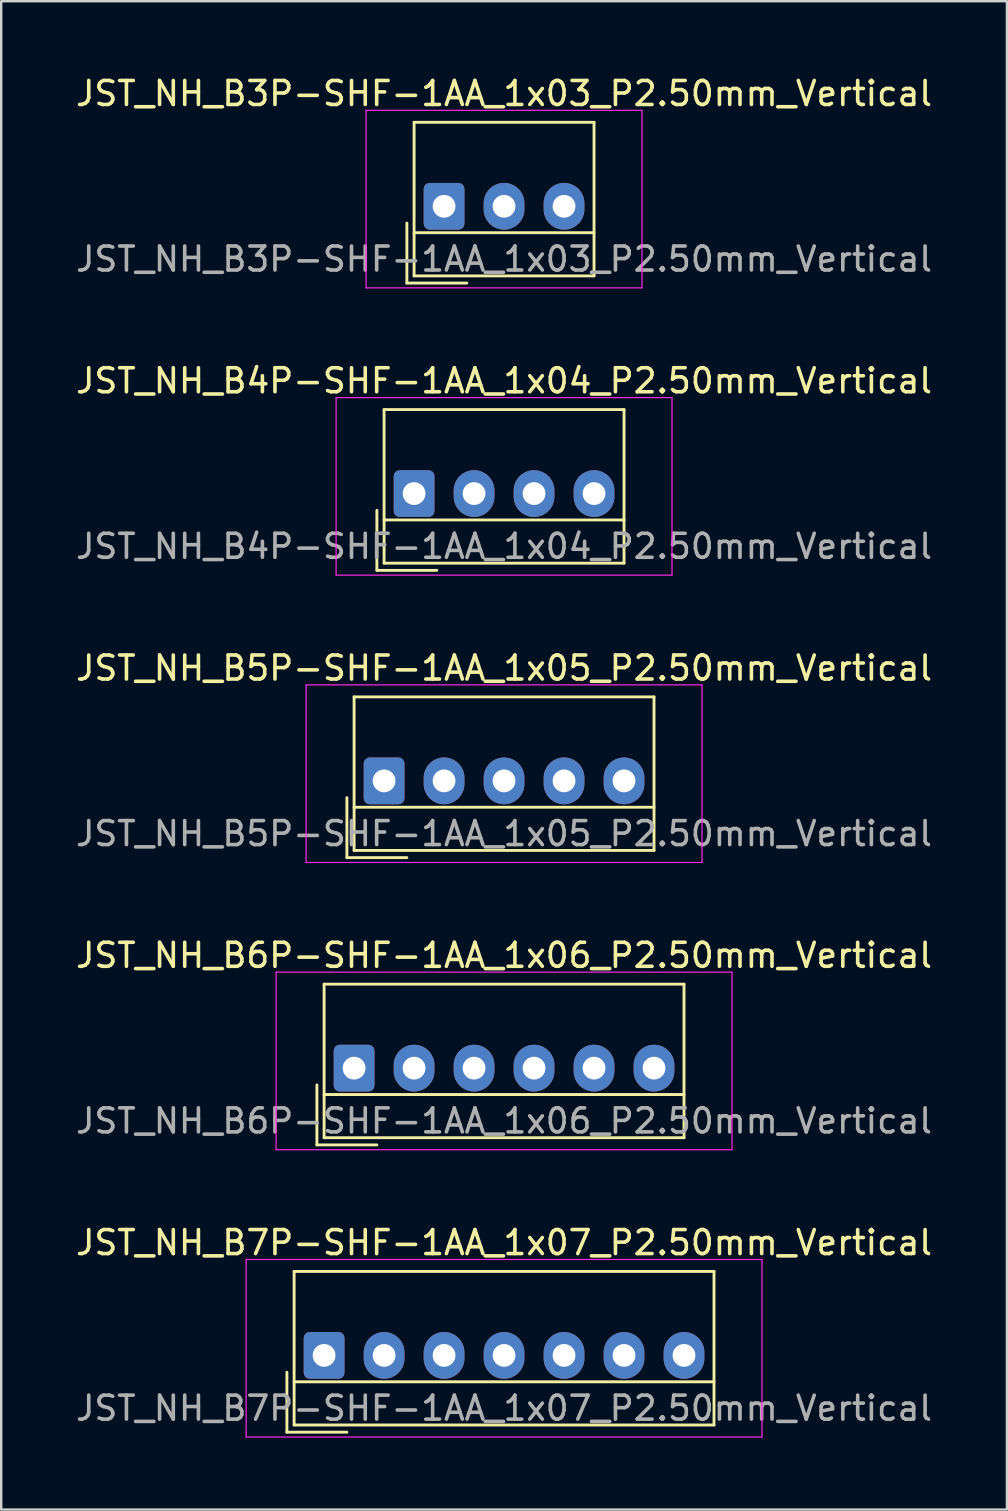
<source format=kicad_pcb>
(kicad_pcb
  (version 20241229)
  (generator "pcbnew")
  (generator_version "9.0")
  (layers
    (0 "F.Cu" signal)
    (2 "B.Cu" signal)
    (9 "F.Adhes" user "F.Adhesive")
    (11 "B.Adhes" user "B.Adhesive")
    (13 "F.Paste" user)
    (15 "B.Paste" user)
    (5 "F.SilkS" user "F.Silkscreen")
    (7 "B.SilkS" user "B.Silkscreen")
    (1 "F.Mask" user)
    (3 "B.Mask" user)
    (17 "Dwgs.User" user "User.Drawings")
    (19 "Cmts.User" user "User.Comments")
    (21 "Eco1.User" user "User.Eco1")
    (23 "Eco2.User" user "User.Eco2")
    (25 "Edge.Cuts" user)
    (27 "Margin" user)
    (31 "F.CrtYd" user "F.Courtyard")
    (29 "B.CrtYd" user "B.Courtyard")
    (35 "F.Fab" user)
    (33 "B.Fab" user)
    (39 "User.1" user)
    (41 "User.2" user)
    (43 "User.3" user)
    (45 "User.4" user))
  (footprint "JST_NH_B5P-SHF-1AA_1x05_P2.50mm_Vertical"
    (layer "F.Cu")
    (at 12.958 29.495)
    (property "Reference" "JST_NH_B5P-SHF-1AA_1x05_P2.50mm_Vertical" (at 5 -4.7 0) (layer "F.SilkS") (effects (font (size 1 1) (thickness 0.15))))
    (attr through_hole)
    (fp_line (start -1.55 0.7) (end -1.55 3.2) (stroke (width 0.12) (type solid)) (layer "F.SilkS"))
    (fp_line (start -1.55 3.2) (end 0.95 3.2) (stroke (width 0.12) (type solid)) (layer "F.SilkS"))
    (fp_line (start -1.25 -3.5) (end -1.25 2.9) (stroke (width 0.12) (type solid)) (layer "F.SilkS"))
    (fp_line (start -1.25 1.1) (end 11.25 1.1) (stroke (width 0.12) (type solid)) (layer "F.SilkS"))
    (fp_line (start -1.25 2.9) (end 11.25 2.9) (stroke (width 0.12) (type solid)) (layer "F.SilkS"))
    (fp_line (start 11.25 -3.5) (end -1.25 -3.5) (stroke (width 0.12) (type solid)) (layer "F.SilkS"))
    (fp_line (start 11.25 2.9) (end 11.25 -3.5) (stroke (width 0.12) (type solid)) (layer "F.SilkS"))
    (fp_line (start -3.25 -4) (end -3.25 3.4) (stroke (width 0.05) (type solid)) (layer "F.CrtYd"))
    (fp_line (start -3.25 3.4) (end 13.25 3.4) (stroke (width 0.05) (type solid)) (layer "F.CrtYd"))
    (fp_line (start 13.25 -4) (end -3.25 -4) (stroke (width 0.05) (type solid)) (layer "F.CrtYd"))
    (fp_line (start 13.25 3.4) (end 13.25 -4) (stroke (width 0.05) (type solid)) (layer "F.CrtYd"))
    (fp_text user "${REFERENCE}" (at 5 2.2 0) (layer "F.Fab") (effects (font (size 1 1) (thickness 0.15))))
    (pad "1" thru_hole roundrect (at 0 0) (size 1.7 1.95) (drill 0.95) (layers "*.Cu" "*.Mask") (roundrect_rratio 0.147))
    (pad "2" thru_hole oval (at 2.5 0) (size 1.7 1.95) (drill 0.95) (layers "*.Cu" "*.Mask"))
    (pad "3" thru_hole oval (at 5 0) (size 1.7 1.95) (drill 0.95) (layers "*.Cu" "*.Mask"))
    (pad "4" thru_hole oval (at 7.5 0) (size 1.7 1.95) (drill 0.95) (layers "*.Cu" "*.Mask"))
    (pad "5" thru_hole oval (at 10 0) (size 1.7 1.95) (drill 0.95) (layers "*.Cu" "*.Mask")))
  (footprint "JST_NH_B7P-SHF-1AA_1x07_P2.50mm_Vertical"
    (layer "F.Cu")
    (at 10.458 53.441)
    (property "Reference" "JST_NH_B7P-SHF-1AA_1x07_P2.50mm_Vertical" (at 7.5 -4.7 0) (layer "F.SilkS") (effects (font (size 1 1) (thickness 0.15))))
    (attr through_hole)
    (fp_line (start -1.55 0.7) (end -1.55 3.2) (stroke (width 0.12) (type solid)) (layer "F.SilkS"))
    (fp_line (start -1.55 3.2) (end 0.95 3.2) (stroke (width 0.12) (type solid)) (layer "F.SilkS"))
    (fp_line (start -1.25 -3.5) (end -1.25 2.9) (stroke (width 0.12) (type solid)) (layer "F.SilkS"))
    (fp_line (start -1.25 1.1) (end 16.25 1.1) (stroke (width 0.12) (type solid)) (layer "F.SilkS"))
    (fp_line (start -1.25 2.9) (end 16.25 2.9) (stroke (width 0.12) (type solid)) (layer "F.SilkS"))
    (fp_line (start 16.25 -3.5) (end -1.25 -3.5) (stroke (width 0.12) (type solid)) (layer "F.SilkS"))
    (fp_line (start 16.25 2.9) (end 16.25 -3.5) (stroke (width 0.12) (type solid)) (layer "F.SilkS"))
    (fp_line (start -3.25 -4) (end -3.25 3.4) (stroke (width 0.05) (type solid)) (layer "F.CrtYd"))
    (fp_line (start -3.25 3.4) (end 18.25 3.4) (stroke (width 0.05) (type solid)) (layer "F.CrtYd"))
    (fp_line (start 18.25 -4) (end -3.25 -4) (stroke (width 0.05) (type solid)) (layer "F.CrtYd"))
    (fp_line (start 18.25 3.4) (end 18.25 -4) (stroke (width 0.05) (type solid)) (layer "F.CrtYd"))
    (fp_text user "${REFERENCE}" (at 7.5 2.2 0) (layer "F.Fab") (effects (font (size 1 1) (thickness 0.15))))
    (pad "1" thru_hole roundrect (at 0 0) (size 1.7 1.95) (drill 0.95) (layers "*.Cu" "*.Mask") (roundrect_rratio 0.147))
    (pad "2" thru_hole oval (at 2.5 0) (size 1.7 1.95) (drill 0.95) (layers "*.Cu" "*.Mask"))
    (pad "3" thru_hole oval (at 5 0) (size 1.7 1.95) (drill 0.95) (layers "*.Cu" "*.Mask"))
    (pad "4" thru_hole oval (at 7.5 0) (size 1.7 1.95) (drill 0.95) (layers "*.Cu" "*.Mask"))
    (pad "5" thru_hole oval (at 10 0) (size 1.7 1.95) (drill 0.95) (layers "*.Cu" "*.Mask"))
    (pad "6" thru_hole oval (at 12.5 0) (size 1.7 1.95) (drill 0.95) (layers "*.Cu" "*.Mask"))
    (pad "7" thru_hole oval (at 15 0) (size 1.7 1.95) (drill 0.95) (layers "*.Cu" "*.Mask")))
  (footprint "JST_NH_B3P-SHF-1AA_1x03_P2.50mm_Vertical"
    (layer "F.Cu")
    (at 15.458 5.548)
    (property "Reference" "JST_NH_B3P-SHF-1AA_1x03_P2.50mm_Vertical" (at 2.5 -4.7 0) (layer "F.SilkS") (effects (font (size 1 1) (thickness 0.15))))
    (attr through_hole)
    (fp_line (start -1.55 0.7) (end -1.55 3.2) (stroke (width 0.12) (type solid)) (layer "F.SilkS"))
    (fp_line (start -1.55 3.2) (end 0.95 3.2) (stroke (width 0.12) (type solid)) (layer "F.SilkS"))
    (fp_line (start -1.25 -3.5) (end -1.25 2.9) (stroke (width 0.12) (type solid)) (layer "F.SilkS"))
    (fp_line (start -1.25 1.1) (end 6.25 1.1) (stroke (width 0.12) (type solid)) (layer "F.SilkS"))
    (fp_line (start -1.25 2.9) (end 6.25 2.9) (stroke (width 0.12) (type solid)) (layer "F.SilkS"))
    (fp_line (start 6.25 -3.5) (end -1.25 -3.5) (stroke (width 0.12) (type solid)) (layer "F.SilkS"))
    (fp_line (start 6.25 2.9) (end 6.25 -3.5) (stroke (width 0.12) (type solid)) (layer "F.SilkS"))
    (fp_line (start -3.25 -4) (end -3.25 3.4) (stroke (width 0.05) (type solid)) (layer "F.CrtYd"))
    (fp_line (start -3.25 3.4) (end 8.25 3.4) (stroke (width 0.05) (type solid)) (layer "F.CrtYd"))
    (fp_line (start 8.25 -4) (end -3.25 -4) (stroke (width 0.05) (type solid)) (layer "F.CrtYd"))
    (fp_line (start 8.25 3.4) (end 8.25 -4) (stroke (width 0.05) (type solid)) (layer "F.CrtYd"))
    (fp_text user "${REFERENCE}" (at 2.5 2.2 0) (layer "F.Fab") (effects (font (size 1 1) (thickness 0.15))))
    (pad "1" thru_hole roundrect (at 0 0) (size 1.7 1.95) (drill 0.95) (layers "*.Cu" "*.Mask") (roundrect_rratio 0.147))
    (pad "2" thru_hole oval (at 2.5 0) (size 1.7 1.95) (drill 0.95) (layers "*.Cu" "*.Mask"))
    (pad "3" thru_hole oval (at 5 0) (size 1.7 1.95) (drill 0.95) (layers "*.Cu" "*.Mask")))
  (footprint "JST_NH_B6P-SHF-1AA_1x06_P2.50mm_Vertical"
    (layer "F.Cu")
    (at 11.708 41.468)
    (property "Reference" "JST_NH_B6P-SHF-1AA_1x06_P2.50mm_Vertical" (at 6.25 -4.7 0) (layer "F.SilkS") (effects (font (size 1 1) (thickness 0.15))))
    (attr through_hole)
    (fp_line (start -1.55 0.7) (end -1.55 3.2) (stroke (width 0.12) (type solid)) (layer "F.SilkS"))
    (fp_line (start -1.55 3.2) (end 0.95 3.2) (stroke (width 0.12) (type solid)) (layer "F.SilkS"))
    (fp_line (start -1.25 -3.5) (end -1.25 2.9) (stroke (width 0.12) (type solid)) (layer "F.SilkS"))
    (fp_line (start -1.25 1.1) (end 13.75 1.1) (stroke (width 0.12) (type solid)) (layer "F.SilkS"))
    (fp_line (start -1.25 2.9) (end 13.75 2.9) (stroke (width 0.12) (type solid)) (layer "F.SilkS"))
    (fp_line (start 13.75 -3.5) (end -1.25 -3.5) (stroke (width 0.12) (type solid)) (layer "F.SilkS"))
    (fp_line (start 13.75 2.9) (end 13.75 -3.5) (stroke (width 0.12) (type solid)) (layer "F.SilkS"))
    (fp_line (start -3.25 -4) (end -3.25 3.4) (stroke (width 0.05) (type solid)) (layer "F.CrtYd"))
    (fp_line (start -3.25 3.4) (end 15.75 3.4) (stroke (width 0.05) (type solid)) (layer "F.CrtYd"))
    (fp_line (start 15.75 -4) (end -3.25 -4) (stroke (width 0.05) (type solid)) (layer "F.CrtYd"))
    (fp_line (start 15.75 3.4) (end 15.75 -4) (stroke (width 0.05) (type solid)) (layer "F.CrtYd"))
    (fp_text user "${REFERENCE}" (at 6.25 2.2 0) (layer "F.Fab") (effects (font (size 1 1) (thickness 0.15))))
    (pad "1" thru_hole roundrect (at 0 0) (size 1.7 1.95) (drill 0.95) (layers "*.Cu" "*.Mask") (roundrect_rratio 0.147))
    (pad "2" thru_hole oval (at 2.5 0) (size 1.7 1.95) (drill 0.95) (layers "*.Cu" "*.Mask"))
    (pad "3" thru_hole oval (at 5 0) (size 1.7 1.95) (drill 0.95) (layers "*.Cu" "*.Mask"))
    (pad "4" thru_hole oval (at 7.5 0) (size 1.7 1.95) (drill 0.95) (layers "*.Cu" "*.Mask"))
    (pad "5" thru_hole oval (at 10 0) (size 1.7 1.95) (drill 0.95) (layers "*.Cu" "*.Mask"))
    (pad "6" thru_hole oval (at 12.5 0) (size 1.7 1.95) (drill 0.95) (layers "*.Cu" "*.Mask")))
  (footprint "JST_NH_B4P-SHF-1AA_1x04_P2.50mm_Vertical"
    (layer "F.Cu")
    (at 14.208 17.521)
    (property "Reference" "JST_NH_B4P-SHF-1AA_1x04_P2.50mm_Vertical" (at 3.75 -4.7 0) (layer "F.SilkS") (effects (font (size 1 1) (thickness 0.15))))
    (attr through_hole)
    (fp_line (start -1.55 0.7) (end -1.55 3.2) (stroke (width 0.12) (type solid)) (layer "F.SilkS"))
    (fp_line (start -1.55 3.2) (end 0.95 3.2) (stroke (width 0.12) (type solid)) (layer "F.SilkS"))
    (fp_line (start -1.25 -3.5) (end -1.25 2.9) (stroke (width 0.12) (type solid)) (layer "F.SilkS"))
    (fp_line (start -1.25 1.1) (end 8.75 1.1) (stroke (width 0.12) (type solid)) (layer "F.SilkS"))
    (fp_line (start -1.25 2.9) (end 8.75 2.9) (stroke (width 0.12) (type solid)) (layer "F.SilkS"))
    (fp_line (start 8.75 -3.5) (end -1.25 -3.5) (stroke (width 0.12) (type solid)) (layer "F.SilkS"))
    (fp_line (start 8.75 2.9) (end 8.75 -3.5) (stroke (width 0.12) (type solid)) (layer "F.SilkS"))
    (fp_line (start -3.25 -4) (end -3.25 3.4) (stroke (width 0.05) (type solid)) (layer "F.CrtYd"))
    (fp_line (start -3.25 3.4) (end 10.75 3.4) (stroke (width 0.05) (type solid)) (layer "F.CrtYd"))
    (fp_line (start 10.75 -4) (end -3.25 -4) (stroke (width 0.05) (type solid)) (layer "F.CrtYd"))
    (fp_line (start 10.75 3.4) (end 10.75 -4) (stroke (width 0.05) (type solid)) (layer "F.CrtYd"))
    (fp_text user "${REFERENCE}" (at 3.75 2.2 0) (layer "F.Fab") (effects (font (size 1 1) (thickness 0.15))))
    (pad "1" thru_hole roundrect (at 0 0) (size 1.7 1.95) (drill 0.95) (layers "*.Cu" "*.Mask") (roundrect_rratio 0.147))
    (pad "2" thru_hole oval (at 2.5 0) (size 1.7 1.95) (drill 0.95) (layers "*.Cu" "*.Mask"))
    (pad "3" thru_hole oval (at 5 0) (size 1.7 1.95) (drill 0.95) (layers "*.Cu" "*.Mask"))
    (pad "4" thru_hole oval (at 7.5 0) (size 1.7 1.95) (drill 0.95) (layers "*.Cu" "*.Mask")))
  (gr_rect
    (start -3 -3)
    (end 38.917 59.866)
    (stroke (width 0.1) (type default))
    (fill no)
    (layer "Edge.Cuts")))
</source>
